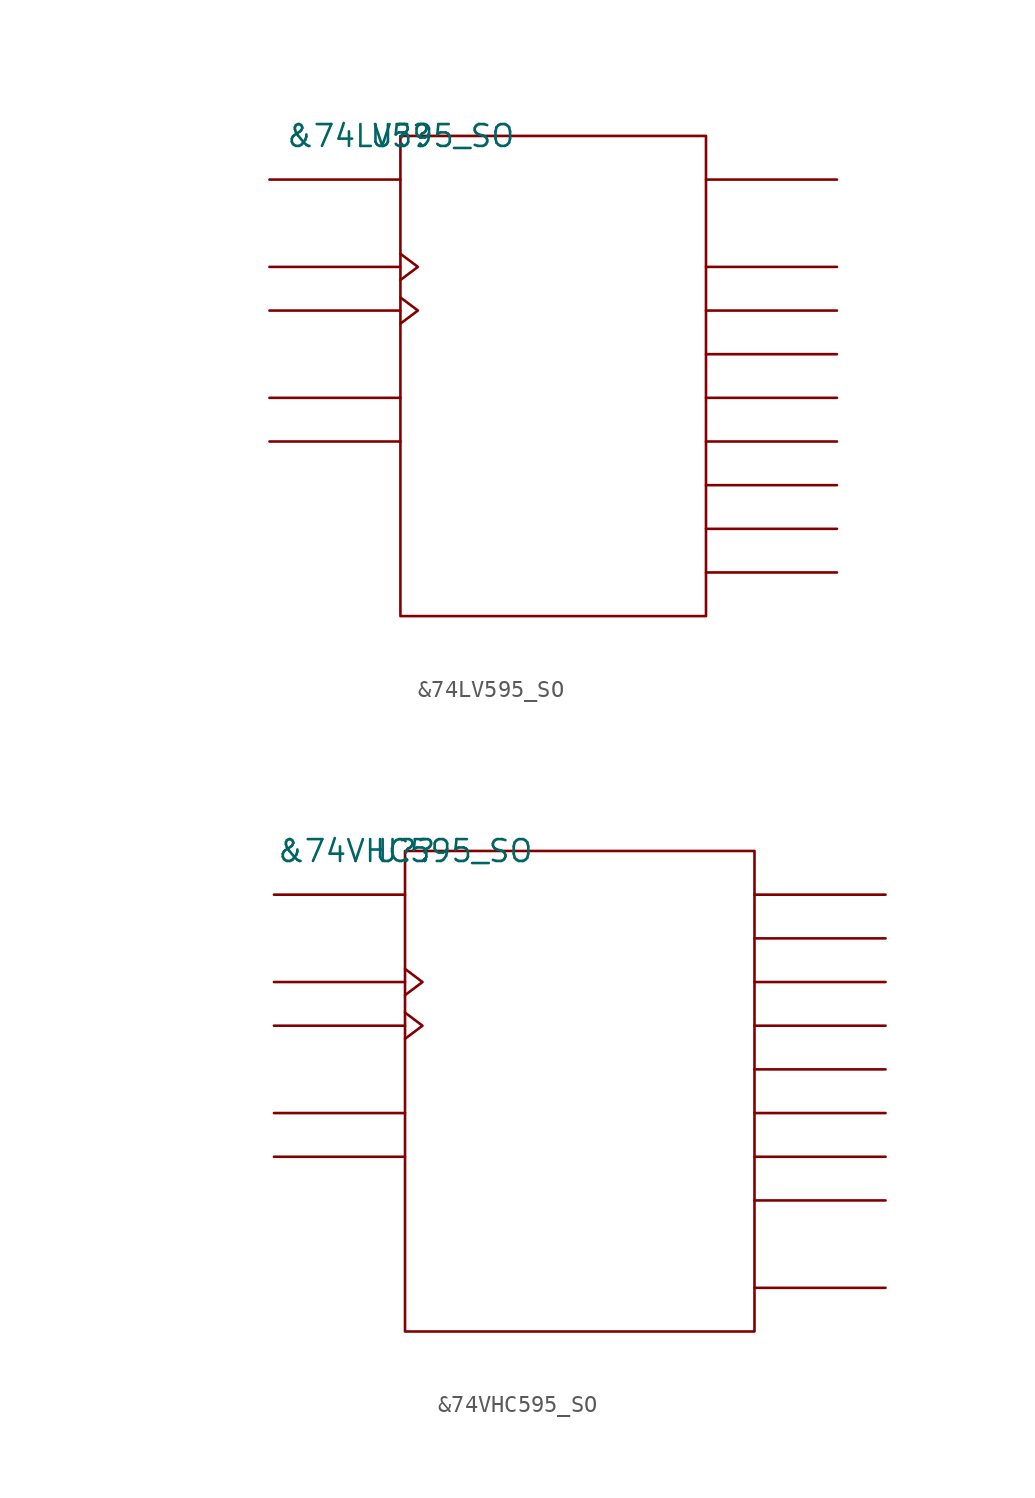
<source format=kicad_sym>
(kicad_symbol_lib
  (version 20211014)
  (generator kicad_symbol_editor)
  (symbol "&74LV595_SO"
    (pin_names
      (offset 0.762))
    (property "Reference" "U?"
      (at 0 0 0)
      (effects (font (size 1.27 1.27))))
    (property "Value" "&74LV595_SO"
      (at 0 0 0)
      (effects (font (size 1.27 1.27))))
    (symbol "&74LV595_SO_0_1"
      (rectangle (start 0 -27.94) (end 17.78 0) (stroke (width 0) (type default) (color 0 0 0 0)) (fill (type none)))
      (polyline (pts (xy 0 -17.78) (xy -7.62 -17.78)) (stroke (width 0) (type default) (color 0 0 0 0)) (fill (type none)))
      (polyline (pts (xy 0 -15.24) (xy -7.62 -15.24)) (stroke (width 0) (type default) (color 0 0 0 0)) (fill (type none)))
      (polyline (pts (xy 0 -10.16) (xy -7.62 -10.16)) (stroke (width 0) (type default) (color 0 0 0 0)) (fill (type none)))
      (polyline (pts (xy 0 -7.62) (xy -7.62 -7.62)) (stroke (width 0) (type default) (color 0 0 0 0)) (fill (type none)))
      (polyline (pts (xy 0 -2.54) (xy -7.62 -2.54)) (stroke (width 0) (type default) (color 0 0 0 0)) (fill (type none)))
      (polyline (pts (xy 17.78 -25.4) (xy 25.4 -25.4)) (stroke (width 0) (type default) (color 0 0 0 0)) (fill (type none)))
      (polyline (pts (xy 17.78 -22.86) (xy 25.4 -22.86)) (stroke (width 0) (type default) (color 0 0 0 0)) (fill (type none)))
      (polyline (pts (xy 17.78 -20.32) (xy 25.4 -20.32)) (stroke (width 0) (type default) (color 0 0 0 0)) (fill (type none)))
      (polyline (pts (xy 17.78 -17.78) (xy 25.4 -17.78)) (stroke (width 0) (type default) (color 0 0 0 0)) (fill (type none)))
      (polyline (pts (xy 17.78 -15.24) (xy 25.4 -15.24)) (stroke (width 0) (type default) (color 0 0 0 0)) (fill (type none)))
      (polyline (pts (xy 17.78 -12.7) (xy 25.4 -12.7)) (stroke (width 0) (type default) (color 0 0 0 0)) (fill (type none)))
      (polyline (pts (xy 17.78 -10.16) (xy 25.4 -10.16)) (stroke (width 0) (type default) (color 0 0 0 0)) (fill (type none)))
      (polyline (pts (xy 17.78 -7.62) (xy 25.4 -7.62)) (stroke (width 0) (type default) (color 0 0 0 0)) (fill (type none)))
      (polyline (pts (xy 17.78 -2.54) (xy 25.4 -2.54)) (stroke (width 0) (type default) (color 0 0 0 0)) (fill (type none)))
      (polyline (pts (xy 0 -9.398) (xy 1.016 -10.16) (xy 0 -10.922)) (stroke (width 0) (type default) (color 0 0 0 0)) (fill (type none)))
      (polyline (pts (xy 0 -6.858) (xy 1.016 -7.62) (xy 0 -8.382)) (stroke (width 0) (type default) (color 0 0 0 0)) (fill (type none))))
    (symbol "&74LV595_SO_1_1"
      (pin unspecified line (at 25.4 -10.16 180) (length 7.62) hide (name "Q1" (effects (font (size 1.245 1.245)))) (number "1" (effects (font (size 1.245 1.245)))))
      (pin unspecified line (at -7.62 -15.24 0) (length 7.62) hide (name "M\\R\\" (effects (font (size 1.245 1.245)))) (number "10" (effects (font (size 1.245 1.245)))))
      (pin unspecified line (at -7.62 -7.62 180) (length 7.62) hide (name "SHCLK" (effects (font (size 1.245 1.245)))) (number "11" (effects (font (size 1.245 1.245)))))
      (pin unspecified line (at -7.62 -10.16 180) (length 7.62) hide (name "STRCLK" (effects (font (size 1.245 1.245)))) (number "12" (effects (font (size 1.245 1.245)))))
      (pin unspecified line (at -7.62 -17.78 0) (length 7.62) hide (name "O\\E\\" (effects (font (size 1.245 1.245)))) (number "13" (effects (font (size 1.245 1.245)))))
      (pin unspecified line (at -7.62 -2.54 0) (length 7.62) hide (name "SDI" (effects (font (size 1.245 1.245)))) (number "14" (effects (font (size 1.245 1.245)))))
      (pin unspecified line (at 25.4 -7.62 180) (length 7.62) hide (name "Q0" (effects (font (size 1.245 1.245)))) (number "15" (effects (font (size 1.245 1.245)))))
      (pin power_in line (at 10.16 0 0) (length 7.62) hide (name "VCC" (effects (font (size 1.245 1.245)))) (number "16" (effects (font (size 1.245 1.245)))))
      (pin unspecified line (at 25.4 -12.7 180) (length 7.62) hide (name "Q2" (effects (font (size 1.245 1.245)))) (number "2" (effects (font (size 1.245 1.245)))))
      (pin unspecified line (at 25.4 -15.24 180) (length 7.62) hide (name "Q3" (effects (font (size 1.245 1.245)))) (number "3" (effects (font (size 1.245 1.245)))))
      (pin unspecified line (at 25.4 -17.78 180) (length 7.62) hide (name "Q4" (effects (font (size 1.245 1.245)))) (number "4" (effects (font (size 1.245 1.245)))))
      (pin unspecified line (at 25.4 -20.32 180) (length 7.62) hide (name "Q5" (effects (font (size 1.245 1.245)))) (number "5" (effects (font (size 1.245 1.245)))))
      (pin unspecified line (at 25.4 -22.86 180) (length 7.62) hide (name "Q6" (effects (font (size 1.245 1.245)))) (number "6" (effects (font (size 1.245 1.245)))))
      (pin unspecified line (at 25.4 -25.4 180) (length 7.62) hide (name "Q7" (effects (font (size 1.245 1.245)))) (number "7" (effects (font (size 1.245 1.245)))))
      (pin power_in line (at 10.16 -27.94 0) (length 7.62) hide (name "GND" (effects (font (size 1.245 1.245)))) (number "8" (effects (font (size 1.245 1.245)))))
      (pin unspecified line (at 25.4 -2.54 180) (length 7.62) hide (name "SDO" (effects (font (size 1.245 1.245)))) (number "9" (effects (font (size 1.245 1.245)))))))
  (symbol "&74VHC595_SO"
    (pin_names
      (offset 0.762))
    (property "Reference" "U?"
      (at 0 0 0)
      (effects (font (size 1.27 1.27))))
    (property "Value" "&74VHC595_SO"
      (at 0 0 0)
      (effects (font (size 1.27 1.27))))
    (symbol "&74VHC595_SO_0_1"
      (rectangle (start 0 -27.94) (end 20.32 0) (stroke (width 0) (type default) (color 0 0 0 0)) (fill (type none)))
      (polyline (pts (xy 0 -17.78) (xy -7.62 -17.78)) (stroke (width 0) (type default) (color 0 0 0 0)) (fill (type none)))
      (polyline (pts (xy 0 -15.24) (xy -7.62 -15.24)) (stroke (width 0) (type default) (color 0 0 0 0)) (fill (type none)))
      (polyline (pts (xy 0 -10.16) (xy -7.62 -10.16)) (stroke (width 0) (type default) (color 0 0 0 0)) (fill (type none)))
      (polyline (pts (xy 0 -7.62) (xy -7.62 -7.62)) (stroke (width 0) (type default) (color 0 0 0 0)) (fill (type none)))
      (polyline (pts (xy 0 -2.54) (xy -7.62 -2.54)) (stroke (width 0) (type default) (color 0 0 0 0)) (fill (type none)))
      (polyline (pts (xy 20.32 -25.4) (xy 27.94 -25.4)) (stroke (width 0) (type default) (color 0 0 0 0)) (fill (type none)))
      (polyline (pts (xy 20.32 -20.32) (xy 27.94 -20.32)) (stroke (width 0) (type default) (color 0 0 0 0)) (fill (type none)))
      (polyline (pts (xy 20.32 -17.78) (xy 27.94 -17.78)) (stroke (width 0) (type default) (color 0 0 0 0)) (fill (type none)))
      (polyline (pts (xy 20.32 -15.24) (xy 27.94 -15.24)) (stroke (width 0) (type default) (color 0 0 0 0)) (fill (type none)))
      (polyline (pts (xy 20.32 -12.7) (xy 27.94 -12.7)) (stroke (width 0) (type default) (color 0 0 0 0)) (fill (type none)))
      (polyline (pts (xy 20.32 -10.16) (xy 27.94 -10.16)) (stroke (width 0) (type default) (color 0 0 0 0)) (fill (type none)))
      (polyline (pts (xy 20.32 -7.62) (xy 27.94 -7.62)) (stroke (width 0) (type default) (color 0 0 0 0)) (fill (type none)))
      (polyline (pts (xy 20.32 -5.08) (xy 27.94 -5.08)) (stroke (width 0) (type default) (color 0 0 0 0)) (fill (type none)))
      (polyline (pts (xy 20.32 -2.54) (xy 27.94 -2.54)) (stroke (width 0) (type default) (color 0 0 0 0)) (fill (type none)))
      (polyline (pts (xy 0 -9.398) (xy 1.016 -10.16) (xy 0 -10.922)) (stroke (width 0) (type default) (color 0 0 0 0)) (fill (type none)))
      (polyline (pts (xy 0 -6.858) (xy 1.016 -7.62) (xy 0 -8.382)) (stroke (width 0) (type default) (color 0 0 0 0)) (fill (type none))))
    (symbol "&74VHC595_SO_1_1"
      (pin unspecified line (at 27.94 -5.08 180) (length 7.62) hide (name "QB" (effects (font (size 1.245 1.245)))) (number "1" (effects (font (size 1.245 1.245)))))
      (pin unspecified line (at -7.62 -17.78 0) (length 7.62) hide (name "S\\C\\L\\R\\" (effects (font (size 1.245 1.245)))) (number "10" (effects (font (size 1.245 1.245)))))
      (pin unspecified line (at -7.62 -7.62 180) (length 7.62) hide (name "SCK" (effects (font (size 1.245 1.245)))) (number "11" (effects (font (size 1.245 1.245)))))
      (pin unspecified line (at -7.62 -10.16 180) (length 7.62) hide (name "RCK" (effects (font (size 1.245 1.245)))) (number "12" (effects (font (size 1.245 1.245)))))
      (pin unspecified line (at -7.62 -15.24 0) (length 7.62) hide (name "G\\" (effects (font (size 1.245 1.245)))) (number "13" (effects (font (size 1.245 1.245)))))
      (pin unspecified line (at -7.62 -2.54 0) (length 7.62) hide (name "SER" (effects (font (size 1.245 1.245)))) (number "14" (effects (font (size 1.245 1.245)))))
      (pin unspecified line (at 27.94 -2.54 180) (length 7.62) hide (name "QA" (effects (font (size 1.245 1.245)))) (number "15" (effects (font (size 1.245 1.245)))))
      (pin power_in line (at 10.16 0 0) (length 7.62) hide (name "VCC" (effects (font (size 1.245 1.245)))) (number "16" (effects (font (size 1.245 1.245)))))
      (pin unspecified line (at 27.94 -7.62 180) (length 7.62) hide (name "QC" (effects (font (size 1.245 1.245)))) (number "2" (effects (font (size 1.245 1.245)))))
      (pin unspecified line (at 27.94 -10.16 180) (length 7.62) hide (name "QD" (effects (font (size 1.245 1.245)))) (number "3" (effects (font (size 1.245 1.245)))))
      (pin unspecified line (at 27.94 -12.7 180) (length 7.62) hide (name "QE" (effects (font (size 1.245 1.245)))) (number "4" (effects (font (size 1.245 1.245)))))
      (pin unspecified line (at 27.94 -15.24 180) (length 7.62) hide (name "QF" (effects (font (size 1.245 1.245)))) (number "5" (effects (font (size 1.245 1.245)))))
      (pin unspecified line (at 27.94 -17.78 180) (length 7.62) hide (name "QG" (effects (font (size 1.245 1.245)))) (number "6" (effects (font (size 1.245 1.245)))))
      (pin unspecified line (at 27.94 -20.32 180) (length 7.62) hide (name "QH" (effects (font (size 1.245 1.245)))) (number "7" (effects (font (size 1.245 1.245)))))
      (pin power_in line (at 10.16 -27.94 0) (length 7.62) hide (name "GND" (effects (font (size 1.245 1.245)))) (number "8" (effects (font (size 1.245 1.245)))))
      (pin unspecified line (at 27.94 -25.4 180) (length 7.62) hide (name "Q'H" (effects (font (size 1.245 1.245)))) (number "9" (effects (font (size 1.245 1.245))))))))
</source>
